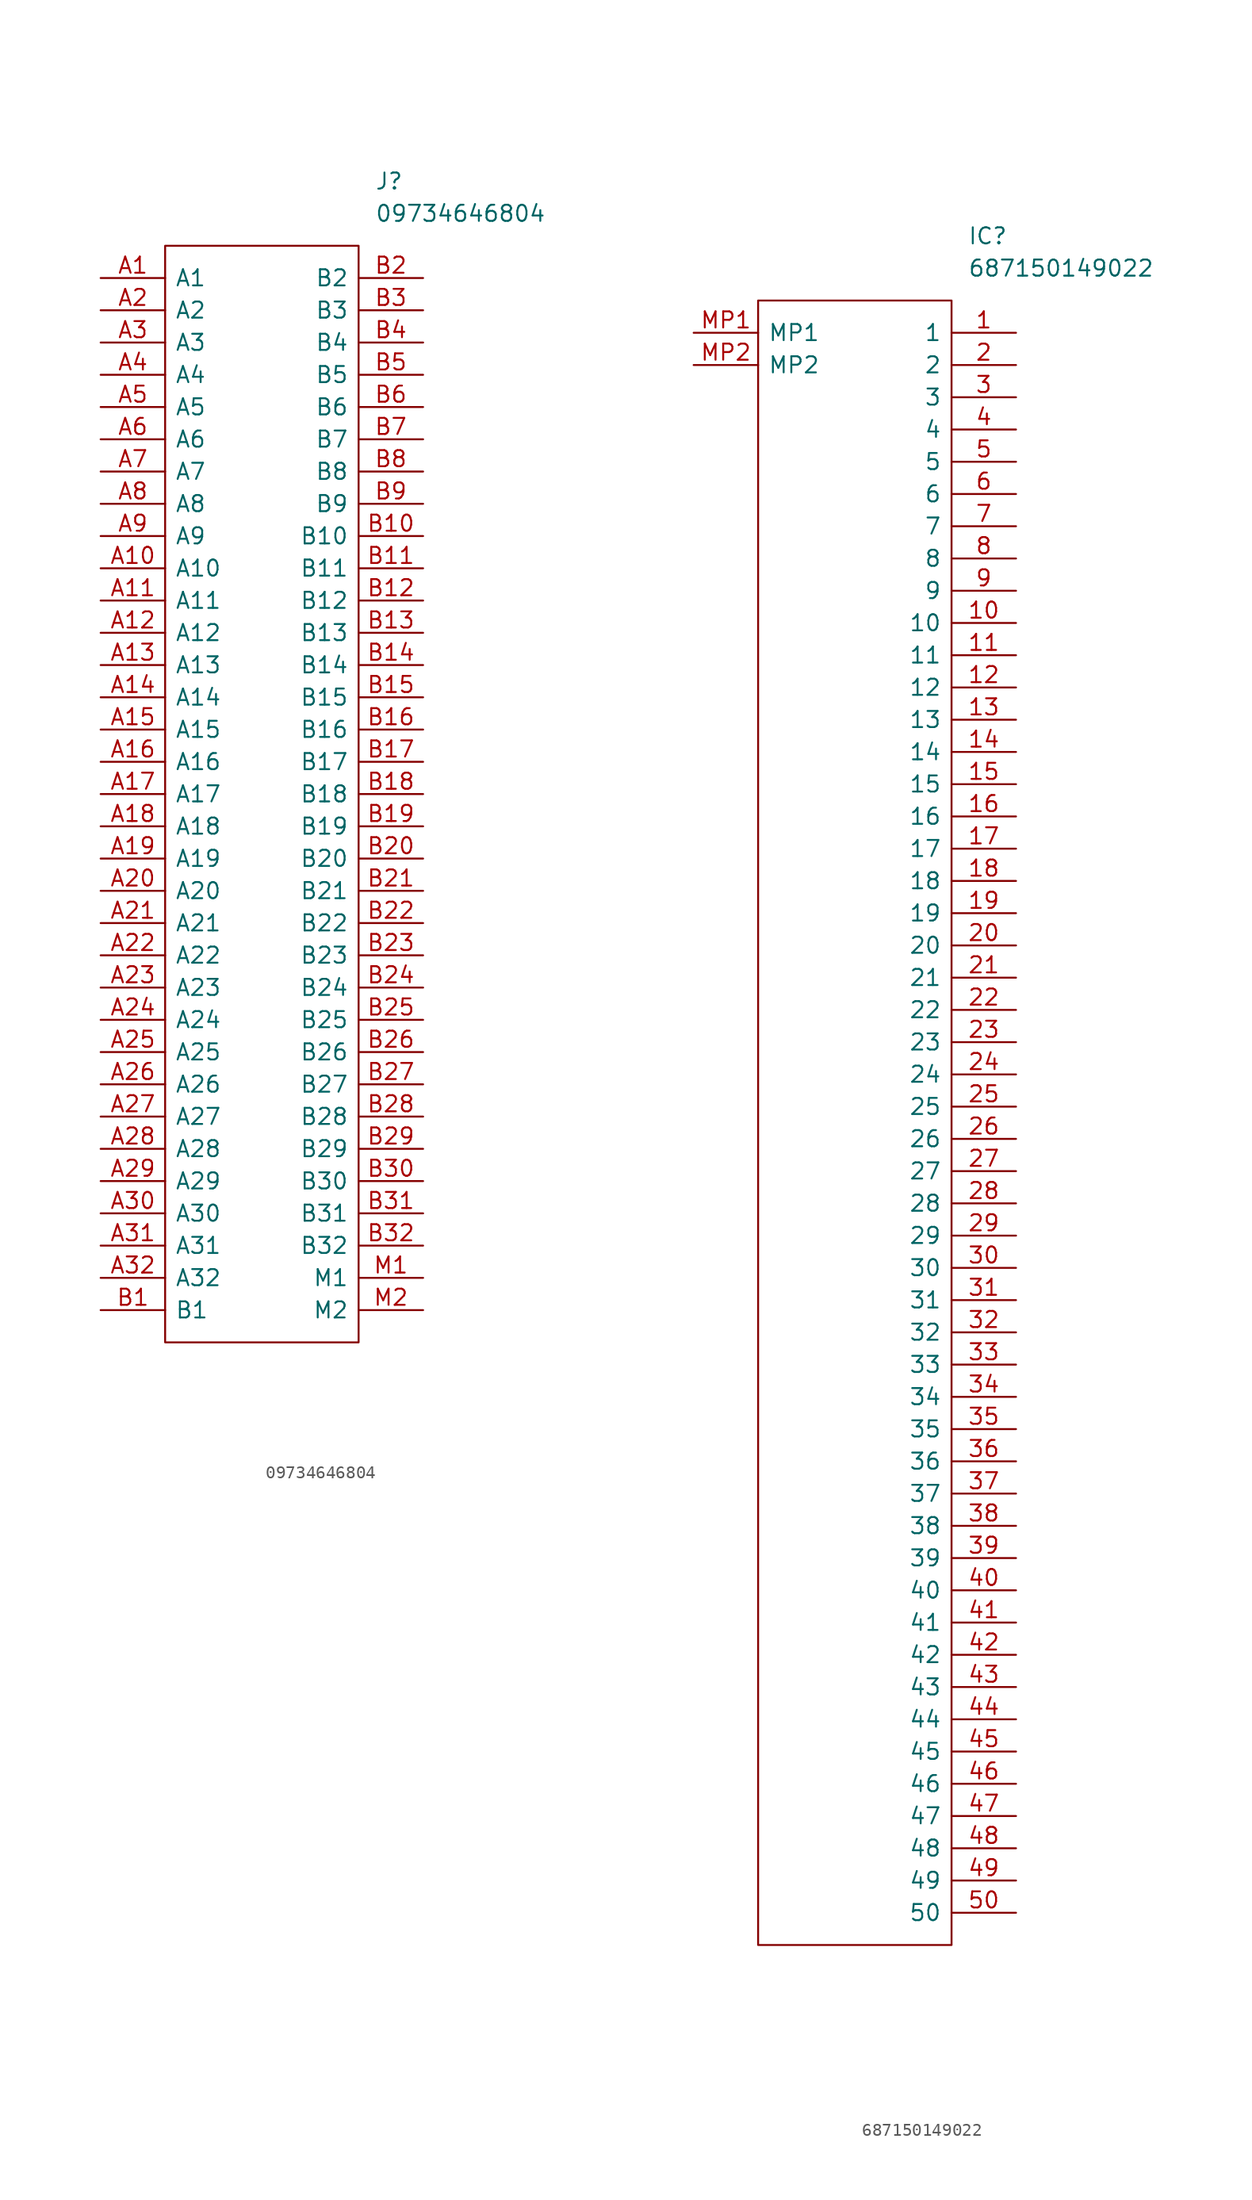
<source format=kicad_sym>
(kicad_symbol_lib
  (version 20220914)
  (generator kicad_symbol_editor)
  (symbol "09734646804"
    (pin_names
      (offset 0.762))
    (property "Reference" "J"
      (at 21.59 7.62 0)
      (effects (font (size 1.27 1.27)) (justify left)))
    (property "Value" "09734646804"
      (at 21.59 5.08 0)
      (effects (font (size 1.27 1.27)) (justify left)))
    (symbol "09734646804_0_0"
      (pin bidirectional line (at 0 0 0) (length 5.08) (name "A1" (effects (font (size 1.27 1.27)))) (number "A1" (effects (font (size 1.27 1.27)))))
      (pin bidirectional line (at 0 -22.86 0) (length 5.08) (name "A10" (effects (font (size 1.27 1.27)))) (number "A10" (effects (font (size 1.27 1.27)))))
      (pin bidirectional line (at 0 -25.4 0) (length 5.08) (name "A11" (effects (font (size 1.27 1.27)))) (number "A11" (effects (font (size 1.27 1.27)))))
      (pin bidirectional line (at 0 -27.94 0) (length 5.08) (name "A12" (effects (font (size 1.27 1.27)))) (number "A12" (effects (font (size 1.27 1.27)))))
      (pin bidirectional line (at 0 -30.48 0) (length 5.08) (name "A13" (effects (font (size 1.27 1.27)))) (number "A13" (effects (font (size 1.27 1.27)))))
      (pin bidirectional line (at 0 -33.02 0) (length 5.08) (name "A14" (effects (font (size 1.27 1.27)))) (number "A14" (effects (font (size 1.27 1.27)))))
      (pin bidirectional line (at 0 -35.56 0) (length 5.08) (name "A15" (effects (font (size 1.27 1.27)))) (number "A15" (effects (font (size 1.27 1.27)))))
      (pin bidirectional line (at 0 -38.1 0) (length 5.08) (name "A16" (effects (font (size 1.27 1.27)))) (number "A16" (effects (font (size 1.27 1.27)))))
      (pin bidirectional line (at 0 -40.64 0) (length 5.08) (name "A17" (effects (font (size 1.27 1.27)))) (number "A17" (effects (font (size 1.27 1.27)))))
      (pin bidirectional line (at 0 -43.18 0) (length 5.08) (name "A18" (effects (font (size 1.27 1.27)))) (number "A18" (effects (font (size 1.27 1.27)))))
      (pin bidirectional line (at 0 -45.72 0) (length 5.08) (name "A19" (effects (font (size 1.27 1.27)))) (number "A19" (effects (font (size 1.27 1.27)))))
      (pin bidirectional line (at 0 -2.54 0) (length 5.08) (name "A2" (effects (font (size 1.27 1.27)))) (number "A2" (effects (font (size 1.27 1.27)))))
      (pin bidirectional line (at 0 -48.26 0) (length 5.08) (name "A20" (effects (font (size 1.27 1.27)))) (number "A20" (effects (font (size 1.27 1.27)))))
      (pin bidirectional line (at 0 -50.8 0) (length 5.08) (name "A21" (effects (font (size 1.27 1.27)))) (number "A21" (effects (font (size 1.27 1.27)))))
      (pin bidirectional line (at 0 -53.34 0) (length 5.08) (name "A22" (effects (font (size 1.27 1.27)))) (number "A22" (effects (font (size 1.27 1.27)))))
      (pin bidirectional line (at 0 -55.88 0) (length 5.08) (name "A23" (effects (font (size 1.27 1.27)))) (number "A23" (effects (font (size 1.27 1.27)))))
      (pin bidirectional line (at 0 -58.42 0) (length 5.08) (name "A24" (effects (font (size 1.27 1.27)))) (number "A24" (effects (font (size 1.27 1.27)))))
      (pin bidirectional line (at 0 -60.96 0) (length 5.08) (name "A25" (effects (font (size 1.27 1.27)))) (number "A25" (effects (font (size 1.27 1.27)))))
      (pin bidirectional line (at 0 -63.5 0) (length 5.08) (name "A26" (effects (font (size 1.27 1.27)))) (number "A26" (effects (font (size 1.27 1.27)))))
      (pin bidirectional line (at 0 -66.04 0) (length 5.08) (name "A27" (effects (font (size 1.27 1.27)))) (number "A27" (effects (font (size 1.27 1.27)))))
      (pin bidirectional line (at 0 -68.58 0) (length 5.08) (name "A28" (effects (font (size 1.27 1.27)))) (number "A28" (effects (font (size 1.27 1.27)))))
      (pin bidirectional line (at 0 -71.12 0) (length 5.08) (name "A29" (effects (font (size 1.27 1.27)))) (number "A29" (effects (font (size 1.27 1.27)))))
      (pin bidirectional line (at 0 -5.08 0) (length 5.08) (name "A3" (effects (font (size 1.27 1.27)))) (number "A3" (effects (font (size 1.27 1.27)))))
      (pin bidirectional line (at 0 -73.66 0) (length 5.08) (name "A30" (effects (font (size 1.27 1.27)))) (number "A30" (effects (font (size 1.27 1.27)))))
      (pin bidirectional line (at 0 -76.2 0) (length 5.08) (name "A31" (effects (font (size 1.27 1.27)))) (number "A31" (effects (font (size 1.27 1.27)))))
      (pin bidirectional line (at 0 -78.74 0) (length 5.08) (name "A32" (effects (font (size 1.27 1.27)))) (number "A32" (effects (font (size 1.27 1.27)))))
      (pin bidirectional line (at 0 -7.62 0) (length 5.08) (name "A4" (effects (font (size 1.27 1.27)))) (number "A4" (effects (font (size 1.27 1.27)))))
      (pin bidirectional line (at 0 -10.16 0) (length 5.08) (name "A5" (effects (font (size 1.27 1.27)))) (number "A5" (effects (font (size 1.27 1.27)))))
      (pin bidirectional line (at 0 -12.7 0) (length 5.08) (name "A6" (effects (font (size 1.27 1.27)))) (number "A6" (effects (font (size 1.27 1.27)))))
      (pin bidirectional line (at 0 -15.24 0) (length 5.08) (name "A7" (effects (font (size 1.27 1.27)))) (number "A7" (effects (font (size 1.27 1.27)))))
      (pin bidirectional line (at 0 -17.78 0) (length 5.08) (name "A8" (effects (font (size 1.27 1.27)))) (number "A8" (effects (font (size 1.27 1.27)))))
      (pin bidirectional line (at 0 -20.32 0) (length 5.08) (name "A9" (effects (font (size 1.27 1.27)))) (number "A9" (effects (font (size 1.27 1.27)))))
      (pin bidirectional line (at 0 -81.28 0) (length 5.08) (name "B1" (effects (font (size 1.27 1.27)))) (number "B1" (effects (font (size 1.27 1.27)))))
      (pin bidirectional line (at 25.4 -20.32 180) (length 5.08) (name "B10" (effects (font (size 1.27 1.27)))) (number "B10" (effects (font (size 1.27 1.27)))))
      (pin bidirectional line (at 25.4 -22.86 180) (length 5.08) (name "B11" (effects (font (size 1.27 1.27)))) (number "B11" (effects (font (size 1.27 1.27)))))
      (pin bidirectional line (at 25.4 -25.4 180) (length 5.08) (name "B12" (effects (font (size 1.27 1.27)))) (number "B12" (effects (font (size 1.27 1.27)))))
      (pin bidirectional line (at 25.4 -27.94 180) (length 5.08) (name "B13" (effects (font (size 1.27 1.27)))) (number "B13" (effects (font (size 1.27 1.27)))))
      (pin bidirectional line (at 25.4 -30.48 180) (length 5.08) (name "B14" (effects (font (size 1.27 1.27)))) (number "B14" (effects (font (size 1.27 1.27)))))
      (pin bidirectional line (at 25.4 -33.02 180) (length 5.08) (name "B15" (effects (font (size 1.27 1.27)))) (number "B15" (effects (font (size 1.27 1.27)))))
      (pin bidirectional line (at 25.4 -35.56 180) (length 5.08) (name "B16" (effects (font (size 1.27 1.27)))) (number "B16" (effects (font (size 1.27 1.27)))))
      (pin bidirectional line (at 25.4 -38.1 180) (length 5.08) (name "B17" (effects (font (size 1.27 1.27)))) (number "B17" (effects (font (size 1.27 1.27)))))
      (pin bidirectional line (at 25.4 -40.64 180) (length 5.08) (name "B18" (effects (font (size 1.27 1.27)))) (number "B18" (effects (font (size 1.27 1.27)))))
      (pin bidirectional line (at 25.4 -43.18 180) (length 5.08) (name "B19" (effects (font (size 1.27 1.27)))) (number "B19" (effects (font (size 1.27 1.27)))))
      (pin bidirectional line (at 25.4 0 180) (length 5.08) (name "B2" (effects (font (size 1.27 1.27)))) (number "B2" (effects (font (size 1.27 1.27)))))
      (pin bidirectional line (at 25.4 -45.72 180) (length 5.08) (name "B20" (effects (font (size 1.27 1.27)))) (number "B20" (effects (font (size 1.27 1.27)))))
      (pin bidirectional line (at 25.4 -48.26 180) (length 5.08) (name "B21" (effects (font (size 1.27 1.27)))) (number "B21" (effects (font (size 1.27 1.27)))))
      (pin bidirectional line (at 25.4 -50.8 180) (length 5.08) (name "B22" (effects (font (size 1.27 1.27)))) (number "B22" (effects (font (size 1.27 1.27)))))
      (pin bidirectional line (at 25.4 -53.34 180) (length 5.08) (name "B23" (effects (font (size 1.27 1.27)))) (number "B23" (effects (font (size 1.27 1.27)))))
      (pin bidirectional line (at 25.4 -55.88 180) (length 5.08) (name "B24" (effects (font (size 1.27 1.27)))) (number "B24" (effects (font (size 1.27 1.27)))))
      (pin bidirectional line (at 25.4 -58.42 180) (length 5.08) (name "B25" (effects (font (size 1.27 1.27)))) (number "B25" (effects (font (size 1.27 1.27)))))
      (pin bidirectional line (at 25.4 -60.96 180) (length 5.08) (name "B26" (effects (font (size 1.27 1.27)))) (number "B26" (effects (font (size 1.27 1.27)))))
      (pin bidirectional line (at 25.4 -63.5 180) (length 5.08) (name "B27" (effects (font (size 1.27 1.27)))) (number "B27" (effects (font (size 1.27 1.27)))))
      (pin bidirectional line (at 25.4 -66.04 180) (length 5.08) (name "B28" (effects (font (size 1.27 1.27)))) (number "B28" (effects (font (size 1.27 1.27)))))
      (pin bidirectional line (at 25.4 -68.58 180) (length 5.08) (name "B29" (effects (font (size 1.27 1.27)))) (number "B29" (effects (font (size 1.27 1.27)))))
      (pin bidirectional line (at 25.4 -2.54 180) (length 5.08) (name "B3" (effects (font (size 1.27 1.27)))) (number "B3" (effects (font (size 1.27 1.27)))))
      (pin bidirectional line (at 25.4 -71.12 180) (length 5.08) (name "B30" (effects (font (size 1.27 1.27)))) (number "B30" (effects (font (size 1.27 1.27)))))
      (pin bidirectional line (at 25.4 -73.66 180) (length 5.08) (name "B31" (effects (font (size 1.27 1.27)))) (number "B31" (effects (font (size 1.27 1.27)))))
      (pin bidirectional line (at 25.4 -76.2 180) (length 5.08) (name "B32" (effects (font (size 1.27 1.27)))) (number "B32" (effects (font (size 1.27 1.27)))))
      (pin bidirectional line (at 25.4 -5.08 180) (length 5.08) (name "B4" (effects (font (size 1.27 1.27)))) (number "B4" (effects (font (size 1.27 1.27)))))
      (pin bidirectional line (at 25.4 -7.62 180) (length 5.08) (name "B5" (effects (font (size 1.27 1.27)))) (number "B5" (effects (font (size 1.27 1.27)))))
      (pin bidirectional line (at 25.4 -10.16 180) (length 5.08) (name "B6" (effects (font (size 1.27 1.27)))) (number "B6" (effects (font (size 1.27 1.27)))))
      (pin bidirectional line (at 25.4 -12.7 180) (length 5.08) (name "B7" (effects (font (size 1.27 1.27)))) (number "B7" (effects (font (size 1.27 1.27)))))
      (pin bidirectional line (at 25.4 -15.24 180) (length 5.08) (name "B8" (effects (font (size 1.27 1.27)))) (number "B8" (effects (font (size 1.27 1.27)))))
      (pin bidirectional line (at 25.4 -17.78 180) (length 5.08) (name "B9" (effects (font (size 1.27 1.27)))) (number "B9" (effects (font (size 1.27 1.27)))))
      (pin bidirectional line (at 25.4 -78.74 180) (length 5.08) (name "M1" (effects (font (size 1.27 1.27)))) (number "M1" (effects (font (size 1.27 1.27)))))
      (pin bidirectional line (at 25.4 -81.28 180) (length 5.08) (name "M2" (effects (font (size 1.27 1.27)))) (number "M2" (effects (font (size 1.27 1.27))))))
    (symbol "09734646804_0_1"
      (polyline (pts (xy 5.08 2.54) (xy 20.32 2.54) (xy 20.32 -83.82) (xy 5.08 -83.82) (xy 5.08 2.54)) (stroke (width 0.152) (type default)) (fill (type none)))))
  (symbol "687150149022"
    (pin_names
      (offset 0.762))
    (property "Reference" "IC"
      (at 21.59 7.62 0)
      (effects (font (size 1.27 1.27)) (justify left)))
    (property "Value" "687150149022"
      (at 21.59 5.08 0)
      (effects (font (size 1.27 1.27)) (justify left)))
    (symbol "687150149022_0_0"
      (pin unspecified line (at 25.4 0 180) (length 5.08) (name "1" (effects (font (size 1.27 1.27)))) (number "1" (effects (font (size 1.27 1.27)))))
      (pin unspecified line (at 25.4 -22.86 180) (length 5.08) (name "10" (effects (font (size 1.27 1.27)))) (number "10" (effects (font (size 1.27 1.27)))))
      (pin unspecified line (at 25.4 -25.4 180) (length 5.08) (name "11" (effects (font (size 1.27 1.27)))) (number "11" (effects (font (size 1.27 1.27)))))
      (pin unspecified line (at 25.4 -27.94 180) (length 5.08) (name "12" (effects (font (size 1.27 1.27)))) (number "12" (effects (font (size 1.27 1.27)))))
      (pin unspecified line (at 25.4 -30.48 180) (length 5.08) (name "13" (effects (font (size 1.27 1.27)))) (number "13" (effects (font (size 1.27 1.27)))))
      (pin unspecified line (at 25.4 -33.02 180) (length 5.08) (name "14" (effects (font (size 1.27 1.27)))) (number "14" (effects (font (size 1.27 1.27)))))
      (pin unspecified line (at 25.4 -35.56 180) (length 5.08) (name "15" (effects (font (size 1.27 1.27)))) (number "15" (effects (font (size 1.27 1.27)))))
      (pin unspecified line (at 25.4 -38.1 180) (length 5.08) (name "16" (effects (font (size 1.27 1.27)))) (number "16" (effects (font (size 1.27 1.27)))))
      (pin unspecified line (at 25.4 -40.64 180) (length 5.08) (name "17" (effects (font (size 1.27 1.27)))) (number "17" (effects (font (size 1.27 1.27)))))
      (pin unspecified line (at 25.4 -43.18 180) (length 5.08) (name "18" (effects (font (size 1.27 1.27)))) (number "18" (effects (font (size 1.27 1.27)))))
      (pin unspecified line (at 25.4 -45.72 180) (length 5.08) (name "19" (effects (font (size 1.27 1.27)))) (number "19" (effects (font (size 1.27 1.27)))))
      (pin unspecified line (at 25.4 -2.54 180) (length 5.08) (name "2" (effects (font (size 1.27 1.27)))) (number "2" (effects (font (size 1.27 1.27)))))
      (pin unspecified line (at 25.4 -48.26 180) (length 5.08) (name "20" (effects (font (size 1.27 1.27)))) (number "20" (effects (font (size 1.27 1.27)))))
      (pin unspecified line (at 25.4 -50.8 180) (length 5.08) (name "21" (effects (font (size 1.27 1.27)))) (number "21" (effects (font (size 1.27 1.27)))))
      (pin unspecified line (at 25.4 -53.34 180) (length 5.08) (name "22" (effects (font (size 1.27 1.27)))) (number "22" (effects (font (size 1.27 1.27)))))
      (pin unspecified line (at 25.4 -55.88 180) (length 5.08) (name "23" (effects (font (size 1.27 1.27)))) (number "23" (effects (font (size 1.27 1.27)))))
      (pin unspecified line (at 25.4 -58.42 180) (length 5.08) (name "24" (effects (font (size 1.27 1.27)))) (number "24" (effects (font (size 1.27 1.27)))))
      (pin unspecified line (at 25.4 -60.96 180) (length 5.08) (name "25" (effects (font (size 1.27 1.27)))) (number "25" (effects (font (size 1.27 1.27)))))
      (pin unspecified line (at 25.4 -63.5 180) (length 5.08) (name "26" (effects (font (size 1.27 1.27)))) (number "26" (effects (font (size 1.27 1.27)))))
      (pin unspecified line (at 25.4 -66.04 180) (length 5.08) (name "27" (effects (font (size 1.27 1.27)))) (number "27" (effects (font (size 1.27 1.27)))))
      (pin unspecified line (at 25.4 -68.58 180) (length 5.08) (name "28" (effects (font (size 1.27 1.27)))) (number "28" (effects (font (size 1.27 1.27)))))
      (pin unspecified line (at 25.4 -71.12 180) (length 5.08) (name "29" (effects (font (size 1.27 1.27)))) (number "29" (effects (font (size 1.27 1.27)))))
      (pin unspecified line (at 25.4 -5.08 180) (length 5.08) (name "3" (effects (font (size 1.27 1.27)))) (number "3" (effects (font (size 1.27 1.27)))))
      (pin unspecified line (at 25.4 -73.66 180) (length 5.08) (name "30" (effects (font (size 1.27 1.27)))) (number "30" (effects (font (size 1.27 1.27)))))
      (pin unspecified line (at 25.4 -76.2 180) (length 5.08) (name "31" (effects (font (size 1.27 1.27)))) (number "31" (effects (font (size 1.27 1.27)))))
      (pin unspecified line (at 25.4 -78.74 180) (length 5.08) (name "32" (effects (font (size 1.27 1.27)))) (number "32" (effects (font (size 1.27 1.27)))))
      (pin unspecified line (at 25.4 -81.28 180) (length 5.08) (name "33" (effects (font (size 1.27 1.27)))) (number "33" (effects (font (size 1.27 1.27)))))
      (pin unspecified line (at 25.4 -83.82 180) (length 5.08) (name "34" (effects (font (size 1.27 1.27)))) (number "34" (effects (font (size 1.27 1.27)))))
      (pin unspecified line (at 25.4 -86.36 180) (length 5.08) (name "35" (effects (font (size 1.27 1.27)))) (number "35" (effects (font (size 1.27 1.27)))))
      (pin unspecified line (at 25.4 -88.9 180) (length 5.08) (name "36" (effects (font (size 1.27 1.27)))) (number "36" (effects (font (size 1.27 1.27)))))
      (pin unspecified line (at 25.4 -91.44 180) (length 5.08) (name "37" (effects (font (size 1.27 1.27)))) (number "37" (effects (font (size 1.27 1.27)))))
      (pin unspecified line (at 25.4 -93.98 180) (length 5.08) (name "38" (effects (font (size 1.27 1.27)))) (number "38" (effects (font (size 1.27 1.27)))))
      (pin unspecified line (at 25.4 -96.52 180) (length 5.08) (name "39" (effects (font (size 1.27 1.27)))) (number "39" (effects (font (size 1.27 1.27)))))
      (pin unspecified line (at 25.4 -7.62 180) (length 5.08) (name "4" (effects (font (size 1.27 1.27)))) (number "4" (effects (font (size 1.27 1.27)))))
      (pin unspecified line (at 25.4 -99.06 180) (length 5.08) (name "40" (effects (font (size 1.27 1.27)))) (number "40" (effects (font (size 1.27 1.27)))))
      (pin unspecified line (at 25.4 -101.6 180) (length 5.08) (name "41" (effects (font (size 1.27 1.27)))) (number "41" (effects (font (size 1.27 1.27)))))
      (pin unspecified line (at 25.4 -104.14 180) (length 5.08) (name "42" (effects (font (size 1.27 1.27)))) (number "42" (effects (font (size 1.27 1.27)))))
      (pin unspecified line (at 25.4 -106.68 180) (length 5.08) (name "43" (effects (font (size 1.27 1.27)))) (number "43" (effects (font (size 1.27 1.27)))))
      (pin unspecified line (at 25.4 -109.22 180) (length 5.08) (name "44" (effects (font (size 1.27 1.27)))) (number "44" (effects (font (size 1.27 1.27)))))
      (pin unspecified line (at 25.4 -111.76 180) (length 5.08) (name "45" (effects (font (size 1.27 1.27)))) (number "45" (effects (font (size 1.27 1.27)))))
      (pin unspecified line (at 25.4 -114.3 180) (length 5.08) (name "46" (effects (font (size 1.27 1.27)))) (number "46" (effects (font (size 1.27 1.27)))))
      (pin unspecified line (at 25.4 -116.84 180) (length 5.08) (name "47" (effects (font (size 1.27 1.27)))) (number "47" (effects (font (size 1.27 1.27)))))
      (pin unspecified line (at 25.4 -119.38 180) (length 5.08) (name "48" (effects (font (size 1.27 1.27)))) (number "48" (effects (font (size 1.27 1.27)))))
      (pin unspecified line (at 25.4 -121.92 180) (length 5.08) (name "49" (effects (font (size 1.27 1.27)))) (number "49" (effects (font (size 1.27 1.27)))))
      (pin unspecified line (at 25.4 -10.16 180) (length 5.08) (name "5" (effects (font (size 1.27 1.27)))) (number "5" (effects (font (size 1.27 1.27)))))
      (pin unspecified line (at 25.4 -124.46 180) (length 5.08) (name "50" (effects (font (size 1.27 1.27)))) (number "50" (effects (font (size 1.27 1.27)))))
      (pin unspecified line (at 25.4 -12.7 180) (length 5.08) (name "6" (effects (font (size 1.27 1.27)))) (number "6" (effects (font (size 1.27 1.27)))))
      (pin unspecified line (at 25.4 -15.24 180) (length 5.08) (name "7" (effects (font (size 1.27 1.27)))) (number "7" (effects (font (size 1.27 1.27)))))
      (pin unspecified line (at 25.4 -17.78 180) (length 5.08) (name "8" (effects (font (size 1.27 1.27)))) (number "8" (effects (font (size 1.27 1.27)))))
      (pin unspecified line (at 25.4 -20.32 180) (length 5.08) (name "9" (effects (font (size 1.27 1.27)))) (number "9" (effects (font (size 1.27 1.27)))))
      (pin unspecified line (at 0 0 0) (length 5.08) (name "MP1" (effects (font (size 1.27 1.27)))) (number "MP1" (effects (font (size 1.27 1.27)))))
      (pin unspecified line (at 0 -2.54 0) (length 5.08) (name "MP2" (effects (font (size 1.27 1.27)))) (number "MP2" (effects (font (size 1.27 1.27))))))
    (symbol "687150149022_0_1"
      (polyline (pts (xy 5.08 2.54) (xy 20.32 2.54) (xy 20.32 -127) (xy 5.08 -127) (xy 5.08 2.54)) (stroke (width 0.152) (type default)) (fill (type none))))))
</source>
